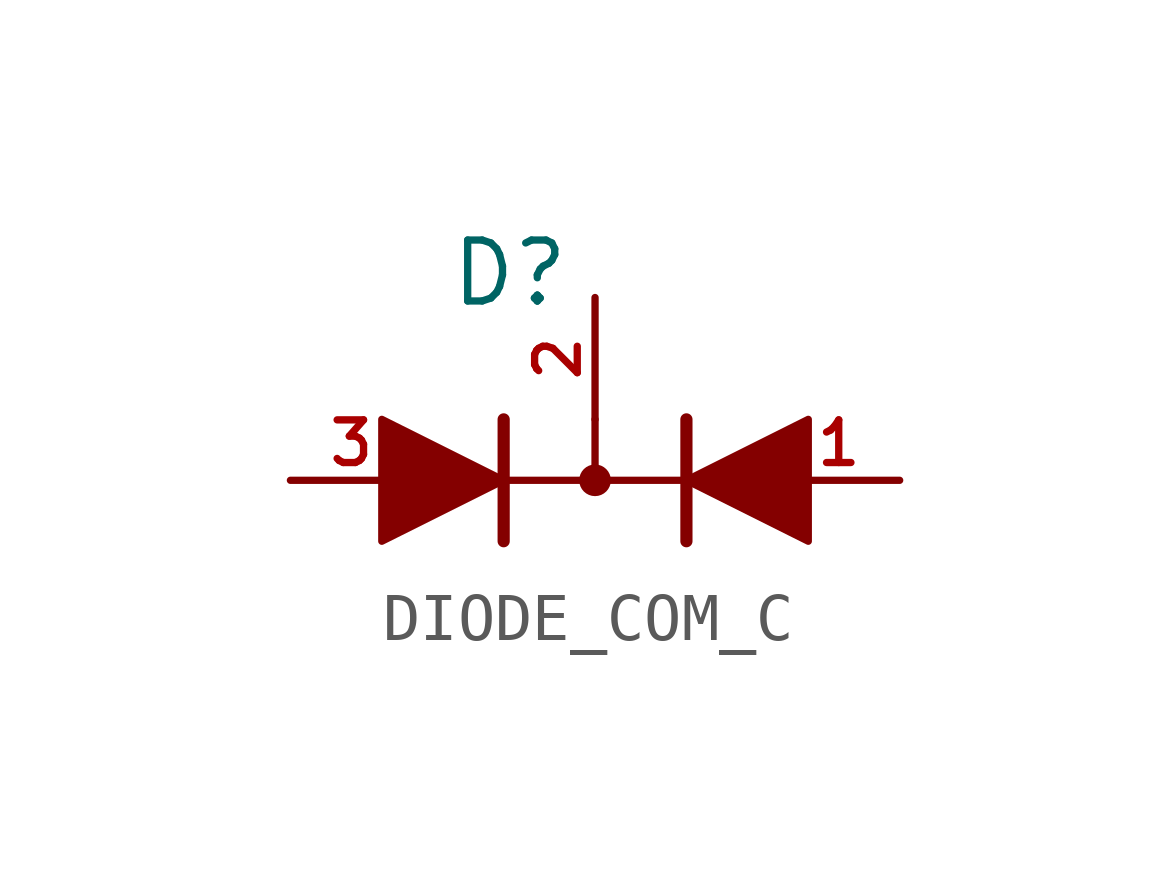
<source format=kicad_sym>
(kicad_symbol_lib
  (version 20231120)
  (generator "kicad_symbol_editor")
  (generator_version "8.0")
  (symbol "DIODE_COM_C"
    (property "Reference" "D"
      (at -1.778 4.318 0)
      (effects (font (size 1.27 1.27))))
    (property "Value" ""
      (at -6.858 2.54 0)
      (effects (font (size 0.889 0.889))))
    (symbol "DIODE_COM_C_0_1"
      (circle (center 0 0) (radius 0.254) (stroke (width 0) (type default)) (fill (type outline))))
    (symbol "DIODE_COM_C_1_0"
      (polyline (pts (xy -1.905 0) (xy -1.905 -1.27)) (stroke (width 0.254) (type solid)) (fill (type none)))
      (polyline (pts (xy -1.905 1.27) (xy -1.905 0)) (stroke (width 0.254) (type solid)) (fill (type none)))
      (polyline (pts (xy 1.905 0) (xy 1.905 -1.27)) (stroke (width 0.254) (type solid)) (fill (type none)))
      (polyline (pts (xy 1.905 1.27) (xy 1.905 0)) (stroke (width 0.254) (type solid)) (fill (type none)))
      (pin passive line (at 6.35 0 180) (length 2.54) (name "A2" (effects (font (size 0 0)))) (number "1" (effects (font (size 0.889 0.889)))))
      (pin passive line (at 0 3.81 270) (length 2.54) (name "C" (effects (font (size 0 0)))) (number "2" (effects (font (size 0.889 0.889)))))
      (pin passive line (at -6.35 0 0) (length 2.54) (name "A1" (effects (font (size 0 0)))) (number "3" (effects (font (size 0.889 0.889))))))
    (symbol "DIODE_COM_C_1_1"
      (polyline (pts (xy 0 1.27) (xy 0 0)) (stroke (width 0) (type default)) (fill (type none)))
      (polyline (pts (xy 1.905 0) (xy -1.905 0)) (stroke (width 0) (type default)) (fill (type none)))
      (polyline (pts (xy -1.905 0) (xy -4.445 1.27) (xy -4.445 -1.27) (xy -1.905 0)) (stroke (width 0) (type default)) (fill (type outline)))
      (polyline (pts (xy 1.905 0) (xy 4.445 1.27) (xy 4.445 -1.27) (xy 1.905 0)) (stroke (width 0) (type default)) (fill (type outline))))))
</source>
